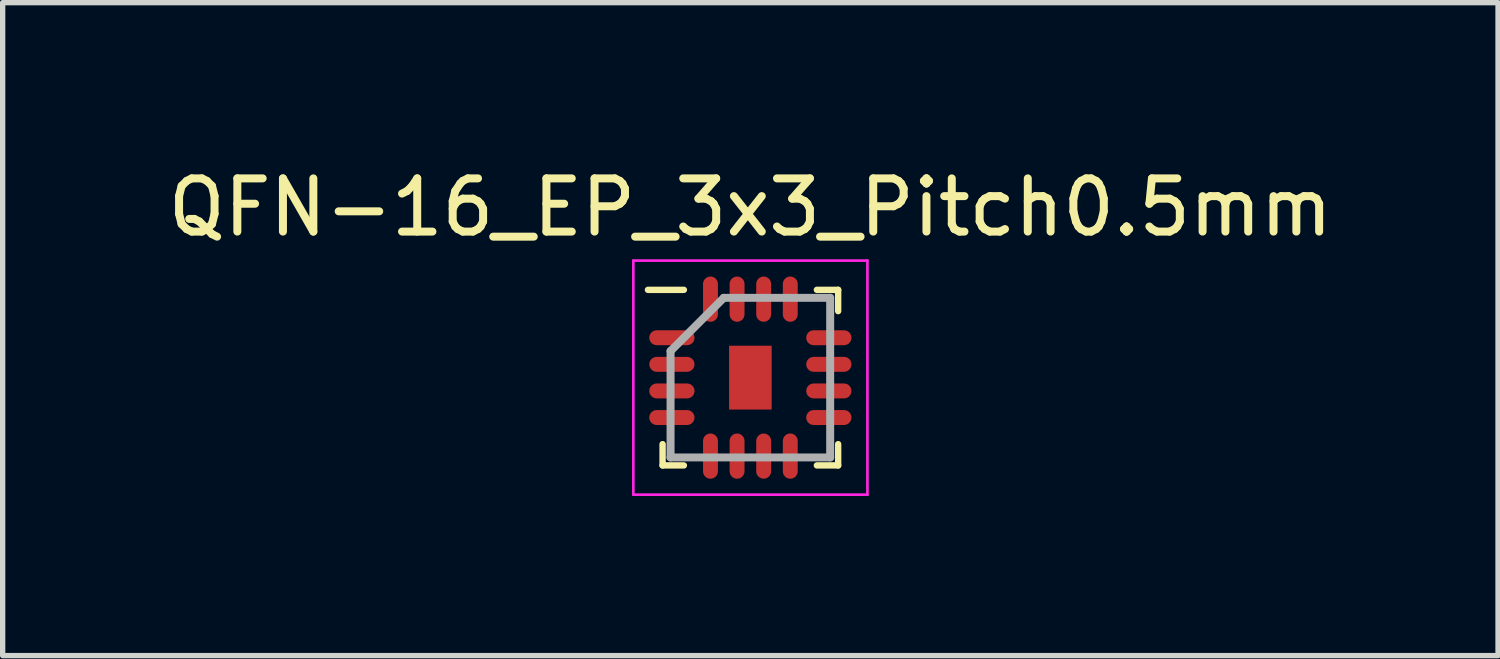
<source format=kicad_pcb>
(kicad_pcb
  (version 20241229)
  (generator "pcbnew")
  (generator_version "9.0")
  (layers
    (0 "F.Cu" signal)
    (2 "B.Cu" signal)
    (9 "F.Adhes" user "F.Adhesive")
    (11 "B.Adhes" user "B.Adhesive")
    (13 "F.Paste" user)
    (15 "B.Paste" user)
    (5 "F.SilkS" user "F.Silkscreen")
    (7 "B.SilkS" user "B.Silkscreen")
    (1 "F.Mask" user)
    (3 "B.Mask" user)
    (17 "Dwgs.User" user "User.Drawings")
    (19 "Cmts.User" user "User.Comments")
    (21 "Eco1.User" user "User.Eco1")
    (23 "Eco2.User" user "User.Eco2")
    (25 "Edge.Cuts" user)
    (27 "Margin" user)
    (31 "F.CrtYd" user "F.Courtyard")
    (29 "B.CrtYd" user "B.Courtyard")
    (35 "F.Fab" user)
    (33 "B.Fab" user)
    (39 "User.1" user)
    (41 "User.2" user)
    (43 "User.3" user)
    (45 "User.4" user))
  (footprint "QFN-16_EP_3x3_Pitch0.5mm"
    (layer "F.Cu")
    (at 11.054 4.048)
    (property "Reference" "QFN-16_EP_3x3_Pitch0.5mm" (at 0 -3.2 0) (layer "F.SilkS") (effects (font (size 1 1) (thickness 0.15))))
    (attr smd)
    (fp_line (start -1.65 1.65) (end -1.65 1.25) (stroke (width 0.12) (type default)) (layer "F.SilkS"))
    (fp_line (start -1.25 -1.65) (end -1.925 -1.65) (stroke (width 0.12) (type default)) (layer "F.SilkS"))
    (fp_line (start -1.25 1.65) (end -1.65 1.65) (stroke (width 0.12) (type default)) (layer "F.SilkS"))
    (fp_line (start 1.25 -1.65) (end 1.65 -1.65) (stroke (width 0.12) (type default)) (layer "F.SilkS"))
    (fp_line (start 1.25 1.65) (end 1.65 1.65) (stroke (width 0.12) (type default)) (layer "F.SilkS"))
    (fp_line (start 1.65 -1.65) (end 1.65 -1.25) (stroke (width 0.12) (type default)) (layer "F.SilkS"))
    (fp_line (start 1.65 1.65) (end 1.65 1.25) (stroke (width 0.12) (type default)) (layer "F.SilkS"))
    (fp_line (start -2.2 -2.2) (end 2.2 -2.2) (stroke (width 0.05) (type default)) (layer "F.CrtYd"))
    (fp_line (start -2.2 2.2) (end -2.2 -2.2) (stroke (width 0.05) (type default)) (layer "F.CrtYd"))
    (fp_line (start 2.2 -2.2) (end 2.2 2.2) (stroke (width 0.05) (type default)) (layer "F.CrtYd"))
    (fp_line (start 2.2 2.2) (end -2.2 2.2) (stroke (width 0.05) (type default)) (layer "F.CrtYd"))
    (fp_line (start -1.5 -0.5) (end -1.5 1.5) (stroke (width 0.15) (type default)) (layer "F.Fab"))
    (fp_line (start -1.5 1.5) (end 1.5 1.5) (stroke (width 0.15) (type default)) (layer "F.Fab"))
    (fp_line (start -0.5 -1.5) (end -1.5 -0.5) (stroke (width 0.15) (type default)) (layer "F.Fab"))
    (fp_line (start 1.5 -1.5) (end -0.5 -1.5) (stroke (width 0.15) (type default)) (layer "F.Fab"))
    (fp_line (start 1.5 1.5) (end 1.5 -1.5) (stroke (width 0.15) (type default)) (layer "F.Fab"))
    (pad "1" smd oval (at -1.475 -0.75 90) (size 0.28 0.85) (layers "F.Cu" "F.Mask" "F.Paste"))
    (pad "2" smd oval (at -1.475 -0.25 90) (size 0.28 0.85) (layers "F.Cu" "F.Mask" "F.Paste"))
    (pad "3" smd oval (at -1.475 0.25 90) (size 0.28 0.85) (layers "F.Cu" "F.Mask" "F.Paste"))
    (pad "4" smd oval (at -1.475 0.75 90) (size 0.28 0.85) (layers "F.Cu" "F.Mask" "F.Paste"))
    (pad "5" smd oval (at -0.75 1.475) (size 0.28 0.85) (layers "F.Cu" "F.Mask" "F.Paste"))
    (pad "6" smd oval (at -0.25 1.475) (size 0.28 0.85) (layers "F.Cu" "F.Mask" "F.Paste"))
    (pad "7" smd oval (at 0.25 1.475) (size 0.28 0.85) (layers "F.Cu" "F.Mask" "F.Paste"))
    (pad "8" smd oval (at 0.75 1.475) (size 0.28 0.85) (layers "F.Cu" "F.Mask" "F.Paste"))
    (pad "9" smd oval (at 1.475 0.75 90) (size 0.28 0.85) (layers "F.Cu" "F.Mask" "F.Paste"))
    (pad "10" smd oval (at 1.475 0.25 90) (size 0.28 0.85) (layers "F.Cu" "F.Mask" "F.Paste"))
    (pad "11" smd oval (at 1.475 -0.25 90) (size 0.28 0.85) (layers "F.Cu" "F.Mask" "F.Paste"))
    (pad "12" smd oval (at 1.475 -0.75 90) (size 0.28 0.85) (layers "F.Cu" "F.Mask" "F.Paste"))
    (pad "13" smd oval (at 0.75 -1.475) (size 0.28 0.85) (layers "F.Cu" "F.Mask" "F.Paste"))
    (pad "14" smd oval (at 0.25 -1.475) (size 0.28 0.85) (layers "F.Cu" "F.Mask" "F.Paste"))
    (pad "15" smd oval (at -0.25 -1.475) (size 0.28 0.85) (layers "F.Cu" "F.Mask" "F.Paste"))
    (pad "16" smd oval (at -0.75 -1.475) (size 0.28 0.85) (layers "F.Cu" "F.Mask" "F.Paste"))
    (pad "17" smd rect (at 0 0) (size 0.8 1.2) (layers "F.Cu" "F.Mask" "F.Paste")))
  (gr_rect
    (start -3 -3)
    (end 25.107 9.273)
    (stroke (width 0.1) (type default))
    (fill no)
    (layer "Edge.Cuts")))
</source>
